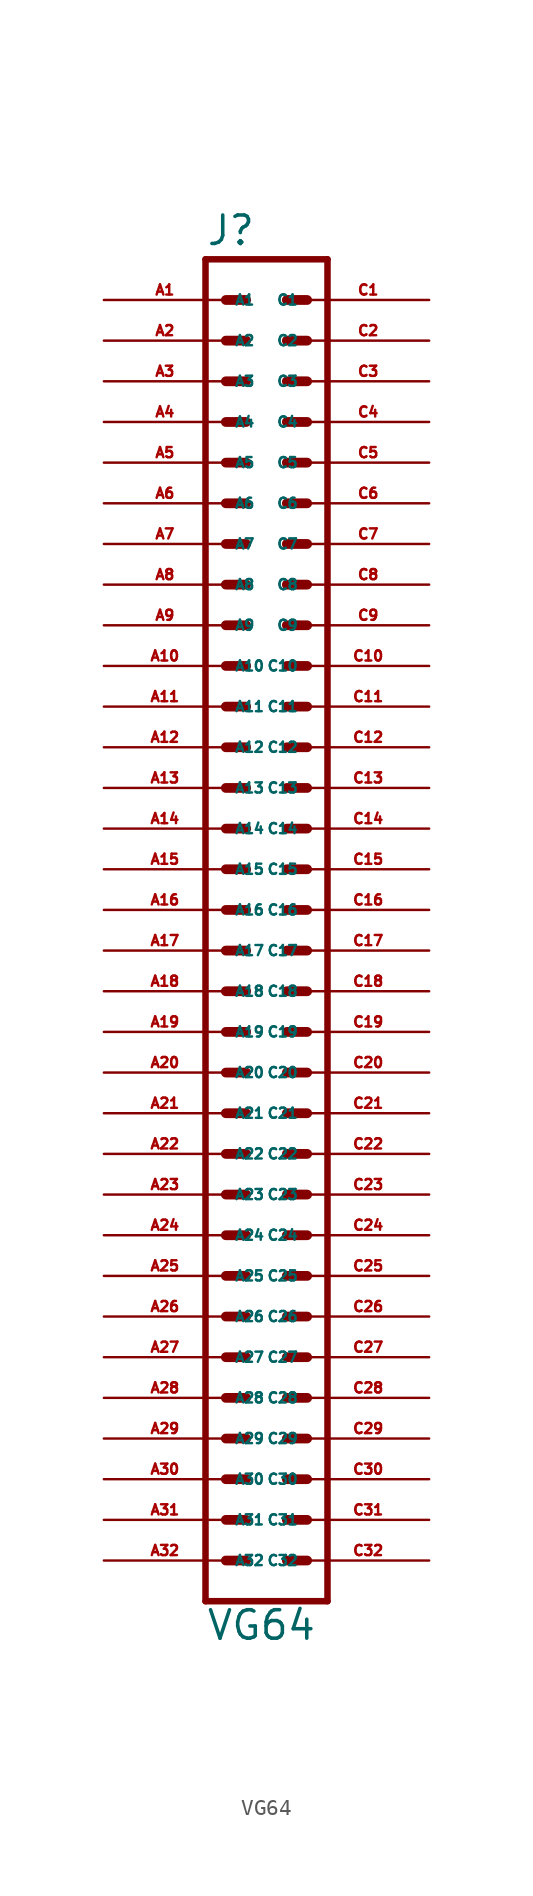
<source format=kicad_sym>
(kicad_symbol_lib
  (version 20220914)
  (generator Eagle2Kicad)
  (symbol "VG64"
    (property "Reference" "J"
      (at -3.81 41.402 0)
      (effects (font (size 1.778 1.778) (thickness 0.22)) (justify left bottom)))
    (property "Value" "VG64"
      (at -3.81 -45.72 0)
      (effects (font (size 1.778 1.778) (thickness 0.22)) (justify left bottom)))
    (polyline
      (pts (xy 3.81 -43.18) (xy -3.81 -43.18))
      (stroke (width 0.406) (type default))
      (fill (type none)))
    (polyline
      (pts (xy -3.81 40.64) (xy -3.81 -43.18))
      (stroke (width 0.406) (type default))
      (fill (type none)))
    (polyline
      (pts (xy -3.81 40.64) (xy 3.81 40.64))
      (stroke (width 0.406) (type default))
      (fill (type none)))
    (polyline
      (pts (xy 3.81 -43.18) (xy 3.81 40.64))
      (stroke (width 0.406) (type default))
      (fill (type none)))
    (polyline
      (pts (xy 1.27 -40.64) (xy 2.54 -40.64))
      (stroke (width 0.61) (type default))
      (fill (type none)))
    (polyline
      (pts (xy 1.27 -38.1) (xy 2.54 -38.1))
      (stroke (width 0.61) (type default))
      (fill (type none)))
    (polyline
      (pts (xy 1.27 -35.56) (xy 2.54 -35.56))
      (stroke (width 0.61) (type default))
      (fill (type none)))
    (polyline
      (pts (xy 1.27 -33.02) (xy 2.54 -33.02))
      (stroke (width 0.61) (type default))
      (fill (type none)))
    (polyline
      (pts (xy 1.27 -30.48) (xy 2.54 -30.48))
      (stroke (width 0.61) (type default))
      (fill (type none)))
    (polyline
      (pts (xy 1.27 -27.94) (xy 2.54 -27.94))
      (stroke (width 0.61) (type default))
      (fill (type none)))
    (polyline
      (pts (xy 1.27 -25.4) (xy 2.54 -25.4))
      (stroke (width 0.61) (type default))
      (fill (type none)))
    (polyline
      (pts (xy 1.27 -22.86) (xy 2.54 -22.86))
      (stroke (width 0.61) (type default))
      (fill (type none)))
    (polyline
      (pts (xy 1.27 -20.32) (xy 2.54 -20.32))
      (stroke (width 0.61) (type default))
      (fill (type none)))
    (polyline
      (pts (xy 1.27 -17.78) (xy 2.54 -17.78))
      (stroke (width 0.61) (type default))
      (fill (type none)))
    (polyline
      (pts (xy 1.27 -15.24) (xy 2.54 -15.24))
      (stroke (width 0.61) (type default))
      (fill (type none)))
    (polyline
      (pts (xy 1.27 -12.7) (xy 2.54 -12.7))
      (stroke (width 0.61) (type default))
      (fill (type none)))
    (polyline
      (pts (xy 1.27 -10.16) (xy 2.54 -10.16))
      (stroke (width 0.61) (type default))
      (fill (type none)))
    (polyline
      (pts (xy 1.27 -7.62) (xy 2.54 -7.62))
      (stroke (width 0.61) (type default))
      (fill (type none)))
    (polyline
      (pts (xy 1.27 -5.08) (xy 2.54 -5.08))
      (stroke (width 0.61) (type default))
      (fill (type none)))
    (polyline
      (pts (xy 1.27 -2.54) (xy 2.54 -2.54))
      (stroke (width 0.61) (type default))
      (fill (type none)))
    (polyline
      (pts (xy 1.27 0) (xy 2.54 0))
      (stroke (width 0.61) (type default))
      (fill (type none)))
    (polyline
      (pts (xy 1.27 2.54) (xy 2.54 2.54))
      (stroke (width 0.61) (type default))
      (fill (type none)))
    (polyline
      (pts (xy 1.27 5.08) (xy 2.54 5.08))
      (stroke (width 0.61) (type default))
      (fill (type none)))
    (polyline
      (pts (xy 1.27 7.62) (xy 2.54 7.62))
      (stroke (width 0.61) (type default))
      (fill (type none)))
    (polyline
      (pts (xy 1.27 10.16) (xy 2.54 10.16))
      (stroke (width 0.61) (type default))
      (fill (type none)))
    (polyline
      (pts (xy 1.27 12.7) (xy 2.54 12.7))
      (stroke (width 0.61) (type default))
      (fill (type none)))
    (polyline
      (pts (xy 1.27 15.24) (xy 2.54 15.24))
      (stroke (width 0.61) (type default))
      (fill (type none)))
    (polyline
      (pts (xy 1.27 17.78) (xy 2.54 17.78))
      (stroke (width 0.61) (type default))
      (fill (type none)))
    (polyline
      (pts (xy 1.27 20.32) (xy 2.54 20.32))
      (stroke (width 0.61) (type default))
      (fill (type none)))
    (polyline
      (pts (xy 1.27 22.86) (xy 2.54 22.86))
      (stroke (width 0.61) (type default))
      (fill (type none)))
    (polyline
      (pts (xy 1.27 25.4) (xy 2.54 25.4))
      (stroke (width 0.61) (type default))
      (fill (type none)))
    (polyline
      (pts (xy 1.27 27.94) (xy 2.54 27.94))
      (stroke (width 0.61) (type default))
      (fill (type none)))
    (polyline
      (pts (xy 1.27 30.48) (xy 2.54 30.48))
      (stroke (width 0.61) (type default))
      (fill (type none)))
    (polyline
      (pts (xy 1.27 33.02) (xy 2.54 33.02))
      (stroke (width 0.61) (type default))
      (fill (type none)))
    (polyline
      (pts (xy 1.27 35.56) (xy 2.54 35.56))
      (stroke (width 0.61) (type default))
      (fill (type none)))
    (polyline
      (pts (xy 1.27 38.1) (xy 2.54 38.1))
      (stroke (width 0.61) (type default))
      (fill (type none)))
    (polyline
      (pts (xy -2.54 -40.64) (xy -1.27 -40.64))
      (stroke (width 0.61) (type default))
      (fill (type none)))
    (polyline
      (pts (xy -2.54 -38.1) (xy -1.27 -38.1))
      (stroke (width 0.61) (type default))
      (fill (type none)))
    (polyline
      (pts (xy -2.54 -35.56) (xy -1.27 -35.56))
      (stroke (width 0.61) (type default))
      (fill (type none)))
    (polyline
      (pts (xy -2.54 -33.02) (xy -1.27 -33.02))
      (stroke (width 0.61) (type default))
      (fill (type none)))
    (polyline
      (pts (xy -2.54 -30.48) (xy -1.27 -30.48))
      (stroke (width 0.61) (type default))
      (fill (type none)))
    (polyline
      (pts (xy -2.54 -27.94) (xy -1.27 -27.94))
      (stroke (width 0.61) (type default))
      (fill (type none)))
    (polyline
      (pts (xy -2.54 -25.4) (xy -1.27 -25.4))
      (stroke (width 0.61) (type default))
      (fill (type none)))
    (polyline
      (pts (xy -2.54 -22.86) (xy -1.27 -22.86))
      (stroke (width 0.61) (type default))
      (fill (type none)))
    (polyline
      (pts (xy -2.54 -20.32) (xy -1.27 -20.32))
      (stroke (width 0.61) (type default))
      (fill (type none)))
    (polyline
      (pts (xy -2.54 -17.78) (xy -1.27 -17.78))
      (stroke (width 0.61) (type default))
      (fill (type none)))
    (polyline
      (pts (xy -2.54 -15.24) (xy -1.27 -15.24))
      (stroke (width 0.61) (type default))
      (fill (type none)))
    (polyline
      (pts (xy -2.54 -12.7) (xy -1.27 -12.7))
      (stroke (width 0.61) (type default))
      (fill (type none)))
    (polyline
      (pts (xy -2.54 -10.16) (xy -1.27 -10.16))
      (stroke (width 0.61) (type default))
      (fill (type none)))
    (polyline
      (pts (xy -2.54 -7.62) (xy -1.27 -7.62))
      (stroke (width 0.61) (type default))
      (fill (type none)))
    (polyline
      (pts (xy -2.54 -5.08) (xy -1.27 -5.08))
      (stroke (width 0.61) (type default))
      (fill (type none)))
    (polyline
      (pts (xy -2.54 -2.54) (xy -1.27 -2.54))
      (stroke (width 0.61) (type default))
      (fill (type none)))
    (polyline
      (pts (xy -2.54 0) (xy -1.27 0))
      (stroke (width 0.61) (type default))
      (fill (type none)))
    (polyline
      (pts (xy -2.54 2.54) (xy -1.27 2.54))
      (stroke (width 0.61) (type default))
      (fill (type none)))
    (polyline
      (pts (xy -2.54 5.08) (xy -1.27 5.08))
      (stroke (width 0.61) (type default))
      (fill (type none)))
    (polyline
      (pts (xy -2.54 7.62) (xy -1.27 7.62))
      (stroke (width 0.61) (type default))
      (fill (type none)))
    (polyline
      (pts (xy -2.54 10.16) (xy -1.27 10.16))
      (stroke (width 0.61) (type default))
      (fill (type none)))
    (polyline
      (pts (xy -2.54 12.7) (xy -1.27 12.7))
      (stroke (width 0.61) (type default))
      (fill (type none)))
    (polyline
      (pts (xy -2.54 15.24) (xy -1.27 15.24))
      (stroke (width 0.61) (type default))
      (fill (type none)))
    (polyline
      (pts (xy -2.54 17.78) (xy -1.27 17.78))
      (stroke (width 0.61) (type default))
      (fill (type none)))
    (polyline
      (pts (xy -2.54 20.32) (xy -1.27 20.32))
      (stroke (width 0.61) (type default))
      (fill (type none)))
    (polyline
      (pts (xy -2.54 22.86) (xy -1.27 22.86))
      (stroke (width 0.61) (type default))
      (fill (type none)))
    (polyline
      (pts (xy -2.54 25.4) (xy -1.27 25.4))
      (stroke (width 0.61) (type default))
      (fill (type none)))
    (polyline
      (pts (xy -2.54 27.94) (xy -1.27 27.94))
      (stroke (width 0.61) (type default))
      (fill (type none)))
    (polyline
      (pts (xy -2.54 30.48) (xy -1.27 30.48))
      (stroke (width 0.61) (type default))
      (fill (type none)))
    (polyline
      (pts (xy -2.54 33.02) (xy -1.27 33.02))
      (stroke (width 0.61) (type default))
      (fill (type none)))
    (polyline
      (pts (xy -2.54 35.56) (xy -1.27 35.56))
      (stroke (width 0.61) (type default))
      (fill (type none)))
    (polyline
      (pts (xy -2.54 38.1) (xy -1.27 38.1))
      (stroke (width 0.61) (type default))
      (fill (type none)))
    (pin passive line
      (at 10.16 38.1 180)
      (length 7.62)
      (name "C1" (effects (font (size 0.635 0.635) (thickness 0.08)) (justify left bottom)))
      (number "C1" (effects (font (size 0.635 0.635) (thickness 0.08)) (justify left bottom))))
    (pin passive line
      (at 10.16 35.56 180)
      (length 7.62)
      (name "C2" (effects (font (size 0.635 0.635) (thickness 0.08)) (justify left bottom)))
      (number "C2" (effects (font (size 0.635 0.635) (thickness 0.08)) (justify left bottom))))
    (pin passive line
      (at 10.16 33.02 180)
      (length 7.62)
      (name "C3" (effects (font (size 0.635 0.635) (thickness 0.08)) (justify left bottom)))
      (number "C3" (effects (font (size 0.635 0.635) (thickness 0.08)) (justify left bottom))))
    (pin passive line
      (at 10.16 30.48 180)
      (length 7.62)
      (name "C4" (effects (font (size 0.635 0.635) (thickness 0.08)) (justify left bottom)))
      (number "C4" (effects (font (size 0.635 0.635) (thickness 0.08)) (justify left bottom))))
    (pin passive line
      (at 10.16 27.94 180)
      (length 7.62)
      (name "C5" (effects (font (size 0.635 0.635) (thickness 0.08)) (justify left bottom)))
      (number "C5" (effects (font (size 0.635 0.635) (thickness 0.08)) (justify left bottom))))
    (pin passive line
      (at 10.16 25.4 180)
      (length 7.62)
      (name "C6" (effects (font (size 0.635 0.635) (thickness 0.08)) (justify left bottom)))
      (number "C6" (effects (font (size 0.635 0.635) (thickness 0.08)) (justify left bottom))))
    (pin passive line
      (at 10.16 22.86 180)
      (length 7.62)
      (name "C7" (effects (font (size 0.635 0.635) (thickness 0.08)) (justify left bottom)))
      (number "C7" (effects (font (size 0.635 0.635) (thickness 0.08)) (justify left bottom))))
    (pin passive line
      (at 10.16 20.32 180)
      (length 7.62)
      (name "C8" (effects (font (size 0.635 0.635) (thickness 0.08)) (justify left bottom)))
      (number "C8" (effects (font (size 0.635 0.635) (thickness 0.08)) (justify left bottom))))
    (pin passive line
      (at 10.16 17.78 180)
      (length 7.62)
      (name "C9" (effects (font (size 0.635 0.635) (thickness 0.08)) (justify left bottom)))
      (number "C9" (effects (font (size 0.635 0.635) (thickness 0.08)) (justify left bottom))))
    (pin passive line
      (at 10.16 15.24 180)
      (length 7.62)
      (name "C10" (effects (font (size 0.635 0.635) (thickness 0.08)) (justify left bottom)))
      (number "C10" (effects (font (size 0.635 0.635) (thickness 0.08)) (justify left bottom))))
    (pin passive line
      (at 10.16 12.7 180)
      (length 7.62)
      (name "C11" (effects (font (size 0.635 0.635) (thickness 0.08)) (justify left bottom)))
      (number "C11" (effects (font (size 0.635 0.635) (thickness 0.08)) (justify left bottom))))
    (pin passive line
      (at 10.16 10.16 180)
      (length 7.62)
      (name "C12" (effects (font (size 0.635 0.635) (thickness 0.08)) (justify left bottom)))
      (number "C12" (effects (font (size 0.635 0.635) (thickness 0.08)) (justify left bottom))))
    (pin passive line
      (at 10.16 7.62 180)
      (length 7.62)
      (name "C13" (effects (font (size 0.635 0.635) (thickness 0.08)) (justify left bottom)))
      (number "C13" (effects (font (size 0.635 0.635) (thickness 0.08)) (justify left bottom))))
    (pin passive line
      (at 10.16 5.08 180)
      (length 7.62)
      (name "C14" (effects (font (size 0.635 0.635) (thickness 0.08)) (justify left bottom)))
      (number "C14" (effects (font (size 0.635 0.635) (thickness 0.08)) (justify left bottom))))
    (pin passive line
      (at 10.16 2.54 180)
      (length 7.62)
      (name "C15" (effects (font (size 0.635 0.635) (thickness 0.08)) (justify left bottom)))
      (number "C15" (effects (font (size 0.635 0.635) (thickness 0.08)) (justify left bottom))))
    (pin passive line
      (at 10.16 0 180)
      (length 7.62)
      (name "C16" (effects (font (size 0.635 0.635) (thickness 0.08)) (justify left bottom)))
      (number "C16" (effects (font (size 0.635 0.635) (thickness 0.08)) (justify left bottom))))
    (pin passive line
      (at 10.16 -2.54 180)
      (length 7.62)
      (name "C17" (effects (font (size 0.635 0.635) (thickness 0.08)) (justify left bottom)))
      (number "C17" (effects (font (size 0.635 0.635) (thickness 0.08)) (justify left bottom))))
    (pin passive line
      (at 10.16 -5.08 180)
      (length 7.62)
      (name "C18" (effects (font (size 0.635 0.635) (thickness 0.08)) (justify left bottom)))
      (number "C18" (effects (font (size 0.635 0.635) (thickness 0.08)) (justify left bottom))))
    (pin passive line
      (at 10.16 -7.62 180)
      (length 7.62)
      (name "C19" (effects (font (size 0.635 0.635) (thickness 0.08)) (justify left bottom)))
      (number "C19" (effects (font (size 0.635 0.635) (thickness 0.08)) (justify left bottom))))
    (pin passive line
      (at 10.16 -10.16 180)
      (length 7.62)
      (name "C20" (effects (font (size 0.635 0.635) (thickness 0.08)) (justify left bottom)))
      (number "C20" (effects (font (size 0.635 0.635) (thickness 0.08)) (justify left bottom))))
    (pin passive line
      (at 10.16 -12.7 180)
      (length 7.62)
      (name "C21" (effects (font (size 0.635 0.635) (thickness 0.08)) (justify left bottom)))
      (number "C21" (effects (font (size 0.635 0.635) (thickness 0.08)) (justify left bottom))))
    (pin passive line
      (at 10.16 -15.24 180)
      (length 7.62)
      (name "C22" (effects (font (size 0.635 0.635) (thickness 0.08)) (justify left bottom)))
      (number "C22" (effects (font (size 0.635 0.635) (thickness 0.08)) (justify left bottom))))
    (pin passive line
      (at 10.16 -17.78 180)
      (length 7.62)
      (name "C23" (effects (font (size 0.635 0.635) (thickness 0.08)) (justify left bottom)))
      (number "C23" (effects (font (size 0.635 0.635) (thickness 0.08)) (justify left bottom))))
    (pin passive line
      (at 10.16 -20.32 180)
      (length 7.62)
      (name "C24" (effects (font (size 0.635 0.635) (thickness 0.08)) (justify left bottom)))
      (number "C24" (effects (font (size 0.635 0.635) (thickness 0.08)) (justify left bottom))))
    (pin passive line
      (at 10.16 -22.86 180)
      (length 7.62)
      (name "C25" (effects (font (size 0.635 0.635) (thickness 0.08)) (justify left bottom)))
      (number "C25" (effects (font (size 0.635 0.635) (thickness 0.08)) (justify left bottom))))
    (pin passive line
      (at 10.16 -25.4 180)
      (length 7.62)
      (name "C26" (effects (font (size 0.635 0.635) (thickness 0.08)) (justify left bottom)))
      (number "C26" (effects (font (size 0.635 0.635) (thickness 0.08)) (justify left bottom))))
    (pin passive line
      (at 10.16 -27.94 180)
      (length 7.62)
      (name "C27" (effects (font (size 0.635 0.635) (thickness 0.08)) (justify left bottom)))
      (number "C27" (effects (font (size 0.635 0.635) (thickness 0.08)) (justify left bottom))))
    (pin passive line
      (at 10.16 -30.48 180)
      (length 7.62)
      (name "C28" (effects (font (size 0.635 0.635) (thickness 0.08)) (justify left bottom)))
      (number "C28" (effects (font (size 0.635 0.635) (thickness 0.08)) (justify left bottom))))
    (pin passive line
      (at 10.16 -33.02 180)
      (length 7.62)
      (name "C29" (effects (font (size 0.635 0.635) (thickness 0.08)) (justify left bottom)))
      (number "C29" (effects (font (size 0.635 0.635) (thickness 0.08)) (justify left bottom))))
    (pin passive line
      (at 10.16 -35.56 180)
      (length 7.62)
      (name "C30" (effects (font (size 0.635 0.635) (thickness 0.08)) (justify left bottom)))
      (number "C30" (effects (font (size 0.635 0.635) (thickness 0.08)) (justify left bottom))))
    (pin passive line
      (at 10.16 -38.1 180)
      (length 7.62)
      (name "C31" (effects (font (size 0.635 0.635) (thickness 0.08)) (justify left bottom)))
      (number "C31" (effects (font (size 0.635 0.635) (thickness 0.08)) (justify left bottom))))
    (pin passive line
      (at 10.16 -40.64 180)
      (length 7.62)
      (name "C32" (effects (font (size 0.635 0.635) (thickness 0.08)) (justify left bottom)))
      (number "C32" (effects (font (size 0.635 0.635) (thickness 0.08)) (justify left bottom))))
    (pin passive line
      (at -10.16 38.1 0)
      (length 7.62)
      (name "A1" (effects (font (size 0.635 0.635) (thickness 0.08)) (justify left bottom)))
      (number "A1" (effects (font (size 0.635 0.635) (thickness 0.08)) (justify left bottom))))
    (pin passive line
      (at -10.16 35.56 0)
      (length 7.62)
      (name "A2" (effects (font (size 0.635 0.635) (thickness 0.08)) (justify left bottom)))
      (number "A2" (effects (font (size 0.635 0.635) (thickness 0.08)) (justify left bottom))))
    (pin passive line
      (at -10.16 33.02 0)
      (length 7.62)
      (name "A3" (effects (font (size 0.635 0.635) (thickness 0.08)) (justify left bottom)))
      (number "A3" (effects (font (size 0.635 0.635) (thickness 0.08)) (justify left bottom))))
    (pin passive line
      (at -10.16 30.48 0)
      (length 7.62)
      (name "A4" (effects (font (size 0.635 0.635) (thickness 0.08)) (justify left bottom)))
      (number "A4" (effects (font (size 0.635 0.635) (thickness 0.08)) (justify left bottom))))
    (pin passive line
      (at -10.16 27.94 0)
      (length 7.62)
      (name "A5" (effects (font (size 0.635 0.635) (thickness 0.08)) (justify left bottom)))
      (number "A5" (effects (font (size 0.635 0.635) (thickness 0.08)) (justify left bottom))))
    (pin passive line
      (at -10.16 25.4 0)
      (length 7.62)
      (name "A6" (effects (font (size 0.635 0.635) (thickness 0.08)) (justify left bottom)))
      (number "A6" (effects (font (size 0.635 0.635) (thickness 0.08)) (justify left bottom))))
    (pin passive line
      (at -10.16 22.86 0)
      (length 7.62)
      (name "A7" (effects (font (size 0.635 0.635) (thickness 0.08)) (justify left bottom)))
      (number "A7" (effects (font (size 0.635 0.635) (thickness 0.08)) (justify left bottom))))
    (pin passive line
      (at -10.16 20.32 0)
      (length 7.62)
      (name "A8" (effects (font (size 0.635 0.635) (thickness 0.08)) (justify left bottom)))
      (number "A8" (effects (font (size 0.635 0.635) (thickness 0.08)) (justify left bottom))))
    (pin passive line
      (at -10.16 17.78 0)
      (length 7.62)
      (name "A9" (effects (font (size 0.635 0.635) (thickness 0.08)) (justify left bottom)))
      (number "A9" (effects (font (size 0.635 0.635) (thickness 0.08)) (justify left bottom))))
    (pin passive line
      (at -10.16 15.24 0)
      (length 7.62)
      (name "A10" (effects (font (size 0.635 0.635) (thickness 0.08)) (justify left bottom)))
      (number "A10" (effects (font (size 0.635 0.635) (thickness 0.08)) (justify left bottom))))
    (pin passive line
      (at -10.16 12.7 0)
      (length 7.62)
      (name "A11" (effects (font (size 0.635 0.635) (thickness 0.08)) (justify left bottom)))
      (number "A11" (effects (font (size 0.635 0.635) (thickness 0.08)) (justify left bottom))))
    (pin passive line
      (at -10.16 10.16 0)
      (length 7.62)
      (name "A12" (effects (font (size 0.635 0.635) (thickness 0.08)) (justify left bottom)))
      (number "A12" (effects (font (size 0.635 0.635) (thickness 0.08)) (justify left bottom))))
    (pin passive line
      (at -10.16 7.62 0)
      (length 7.62)
      (name "A13" (effects (font (size 0.635 0.635) (thickness 0.08)) (justify left bottom)))
      (number "A13" (effects (font (size 0.635 0.635) (thickness 0.08)) (justify left bottom))))
    (pin passive line
      (at -10.16 5.08 0)
      (length 7.62)
      (name "A14" (effects (font (size 0.635 0.635) (thickness 0.08)) (justify left bottom)))
      (number "A14" (effects (font (size 0.635 0.635) (thickness 0.08)) (justify left bottom))))
    (pin passive line
      (at -10.16 2.54 0)
      (length 7.62)
      (name "A15" (effects (font (size 0.635 0.635) (thickness 0.08)) (justify left bottom)))
      (number "A15" (effects (font (size 0.635 0.635) (thickness 0.08)) (justify left bottom))))
    (pin passive line
      (at -10.16 0 0)
      (length 7.62)
      (name "A16" (effects (font (size 0.635 0.635) (thickness 0.08)) (justify left bottom)))
      (number "A16" (effects (font (size 0.635 0.635) (thickness 0.08)) (justify left bottom))))
    (pin passive line
      (at -10.16 -2.54 0)
      (length 7.62)
      (name "A17" (effects (font (size 0.635 0.635) (thickness 0.08)) (justify left bottom)))
      (number "A17" (effects (font (size 0.635 0.635) (thickness 0.08)) (justify left bottom))))
    (pin passive line
      (at -10.16 -5.08 0)
      (length 7.62)
      (name "A18" (effects (font (size 0.635 0.635) (thickness 0.08)) (justify left bottom)))
      (number "A18" (effects (font (size 0.635 0.635) (thickness 0.08)) (justify left bottom))))
    (pin passive line
      (at -10.16 -7.62 0)
      (length 7.62)
      (name "A19" (effects (font (size 0.635 0.635) (thickness 0.08)) (justify left bottom)))
      (number "A19" (effects (font (size 0.635 0.635) (thickness 0.08)) (justify left bottom))))
    (pin passive line
      (at -10.16 -10.16 0)
      (length 7.62)
      (name "A20" (effects (font (size 0.635 0.635) (thickness 0.08)) (justify left bottom)))
      (number "A20" (effects (font (size 0.635 0.635) (thickness 0.08)) (justify left bottom))))
    (pin passive line
      (at -10.16 -12.7 0)
      (length 7.62)
      (name "A21" (effects (font (size 0.635 0.635) (thickness 0.08)) (justify left bottom)))
      (number "A21" (effects (font (size 0.635 0.635) (thickness 0.08)) (justify left bottom))))
    (pin passive line
      (at -10.16 -15.24 0)
      (length 7.62)
      (name "A22" (effects (font (size 0.635 0.635) (thickness 0.08)) (justify left bottom)))
      (number "A22" (effects (font (size 0.635 0.635) (thickness 0.08)) (justify left bottom))))
    (pin passive line
      (at -10.16 -17.78 0)
      (length 7.62)
      (name "A23" (effects (font (size 0.635 0.635) (thickness 0.08)) (justify left bottom)))
      (number "A23" (effects (font (size 0.635 0.635) (thickness 0.08)) (justify left bottom))))
    (pin passive line
      (at -10.16 -20.32 0)
      (length 7.62)
      (name "A24" (effects (font (size 0.635 0.635) (thickness 0.08)) (justify left bottom)))
      (number "A24" (effects (font (size 0.635 0.635) (thickness 0.08)) (justify left bottom))))
    (pin passive line
      (at -10.16 -22.86 0)
      (length 7.62)
      (name "A25" (effects (font (size 0.635 0.635) (thickness 0.08)) (justify left bottom)))
      (number "A25" (effects (font (size 0.635 0.635) (thickness 0.08)) (justify left bottom))))
    (pin passive line
      (at -10.16 -25.4 0)
      (length 7.62)
      (name "A26" (effects (font (size 0.635 0.635) (thickness 0.08)) (justify left bottom)))
      (number "A26" (effects (font (size 0.635 0.635) (thickness 0.08)) (justify left bottom))))
    (pin passive line
      (at -10.16 -27.94 0)
      (length 7.62)
      (name "A27" (effects (font (size 0.635 0.635) (thickness 0.08)) (justify left bottom)))
      (number "A27" (effects (font (size 0.635 0.635) (thickness 0.08)) (justify left bottom))))
    (pin passive line
      (at -10.16 -30.48 0)
      (length 7.62)
      (name "A28" (effects (font (size 0.635 0.635) (thickness 0.08)) (justify left bottom)))
      (number "A28" (effects (font (size 0.635 0.635) (thickness 0.08)) (justify left bottom))))
    (pin passive line
      (at -10.16 -33.02 0)
      (length 7.62)
      (name "A29" (effects (font (size 0.635 0.635) (thickness 0.08)) (justify left bottom)))
      (number "A29" (effects (font (size 0.635 0.635) (thickness 0.08)) (justify left bottom))))
    (pin passive line
      (at -10.16 -35.56 0)
      (length 7.62)
      (name "A30" (effects (font (size 0.635 0.635) (thickness 0.08)) (justify left bottom)))
      (number "A30" (effects (font (size 0.635 0.635) (thickness 0.08)) (justify left bottom))))
    (pin passive line
      (at -10.16 -38.1 0)
      (length 7.62)
      (name "A31" (effects (font (size 0.635 0.635) (thickness 0.08)) (justify left bottom)))
      (number "A31" (effects (font (size 0.635 0.635) (thickness 0.08)) (justify left bottom))))
    (pin passive line
      (at -10.16 -40.64 0)
      (length 7.62)
      (name "A32" (effects (font (size 0.635 0.635) (thickness 0.08)) (justify left bottom)))
      (number "A32" (effects (font (size 0.635 0.635) (thickness 0.08)) (justify left bottom))))))
</source>
